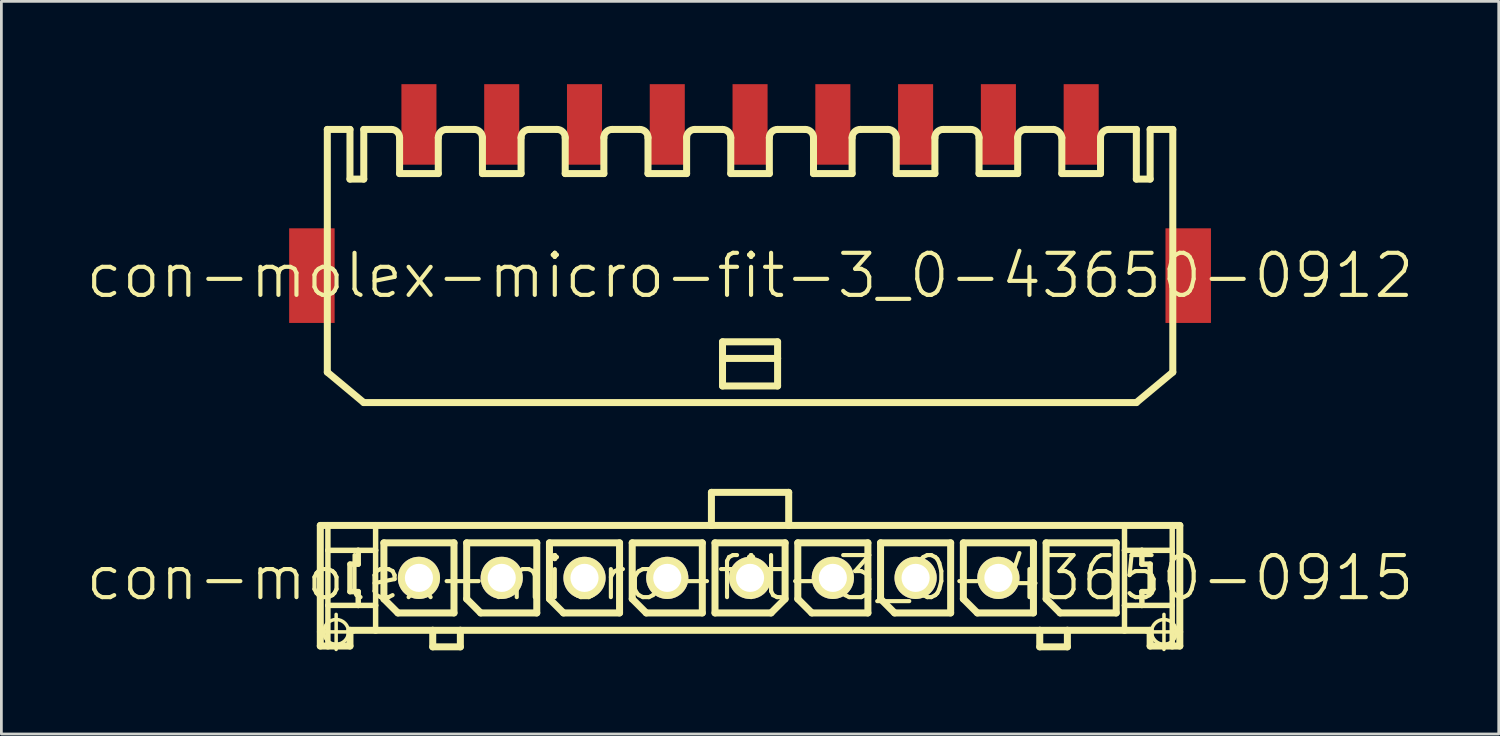
<source format=kicad_pcb>
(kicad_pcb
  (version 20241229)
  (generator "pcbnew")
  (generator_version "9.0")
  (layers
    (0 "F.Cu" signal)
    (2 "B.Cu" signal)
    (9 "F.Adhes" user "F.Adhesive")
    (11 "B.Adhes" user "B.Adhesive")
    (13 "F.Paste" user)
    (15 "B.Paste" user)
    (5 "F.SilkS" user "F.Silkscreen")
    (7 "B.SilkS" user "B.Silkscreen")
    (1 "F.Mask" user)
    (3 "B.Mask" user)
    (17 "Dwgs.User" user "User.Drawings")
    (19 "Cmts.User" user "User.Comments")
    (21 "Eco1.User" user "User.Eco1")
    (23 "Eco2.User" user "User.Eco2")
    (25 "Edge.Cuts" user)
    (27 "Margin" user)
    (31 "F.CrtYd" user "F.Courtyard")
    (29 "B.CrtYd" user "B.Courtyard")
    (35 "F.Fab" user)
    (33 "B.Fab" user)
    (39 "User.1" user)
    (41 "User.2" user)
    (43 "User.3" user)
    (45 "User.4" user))
  (footprint "con-molex-micro-fit-3_0-43650-0912"
    (layer "F.Cu")
    (at 24.13 6.938)
    (property "Reference" "con-molex-micro-fit-3_0-43650-0912" (at 0 0 0) (layer "F.SilkS") (effects (font (size 1.524 1.524) (thickness 0.15))))
    (attr smd)
    (fp_line (start -15.319 -5.298) (end -14.498 -5.298) (stroke (width 0.254) (type solid)) (layer "F.SilkS"))
    (fp_line (start -15.319 3.498) (end -15.319 -5.298) (stroke (width 0.254) (type solid)) (layer "F.SilkS"))
    (fp_line (start -15.319 3.498) (end -13.998 4.6) (stroke (width 0.254) (type solid)) (layer "F.SilkS"))
    (fp_line (start -14.498 -5.298) (end -14.498 -3.498) (stroke (width 0.254) (type solid)) (layer "F.SilkS"))
    (fp_line (start -14.498 -3.498) (end -13.998 -3.498) (stroke (width 0.254) (type solid)) (layer "F.SilkS"))
    (fp_line (start -13.998 -5.298) (end -13 -5.298) (stroke (width 0.254) (type solid)) (layer "F.SilkS"))
    (fp_line (start -13.998 -3.498) (end -13.998 -5.298) (stroke (width 0.254) (type solid)) (layer "F.SilkS"))
    (fp_line (start -12.7 -3.698) (end -12.7 -4.999) (stroke (width 0.254) (type solid)) (layer "F.SilkS"))
    (fp_line (start -12.7 -3.698) (end -11.298 -3.698) (stroke (width 0.254) (type solid)) (layer "F.SilkS"))
    (fp_line (start -11.298 -3.698) (end -11.298 -4.999) (stroke (width 0.254) (type solid)) (layer "F.SilkS"))
    (fp_line (start -10.998 -5.298) (end -10 -5.298) (stroke (width 0.254) (type solid)) (layer "F.SilkS"))
    (fp_line (start -9.698 -3.698) (end -9.698 -4.999) (stroke (width 0.254) (type solid)) (layer "F.SilkS"))
    (fp_line (start -9.698 -3.698) (end -8.298 -3.698) (stroke (width 0.254) (type solid)) (layer "F.SilkS"))
    (fp_line (start -8.298 -3.698) (end -8.298 -4.999) (stroke (width 0.254) (type solid)) (layer "F.SilkS"))
    (fp_line (start -7.998 -5.298) (end -6.998 -5.298) (stroke (width 0.254) (type solid)) (layer "F.SilkS"))
    (fp_line (start -6.698 -3.698) (end -6.698 -4.999) (stroke (width 0.254) (type solid)) (layer "F.SilkS"))
    (fp_line (start -6.698 -3.698) (end -5.298 -3.698) (stroke (width 0.254) (type solid)) (layer "F.SilkS"))
    (fp_line (start -5.298 -3.698) (end -5.298 -4.999) (stroke (width 0.254) (type solid)) (layer "F.SilkS"))
    (fp_line (start -4.999 -5.298) (end -3.998 -5.298) (stroke (width 0.254) (type solid)) (layer "F.SilkS"))
    (fp_line (start -3.698 -3.698) (end -3.698 -4.999) (stroke (width 0.254) (type solid)) (layer "F.SilkS"))
    (fp_line (start -3.698 -3.698) (end -2.299 -3.698) (stroke (width 0.254) (type solid)) (layer "F.SilkS"))
    (fp_line (start -2.299 -3.698) (end -2.299 -4.999) (stroke (width 0.254) (type solid)) (layer "F.SilkS"))
    (fp_line (start -1.999 -5.298) (end -0.998 -5.298) (stroke (width 0.254) (type solid)) (layer "F.SilkS"))
    (fp_line (start -0.998 2.398) (end 0.998 2.398) (stroke (width 0.254) (type solid)) (layer "F.SilkS"))
    (fp_line (start -0.998 3) (end -0.998 2.398) (stroke (width 0.254) (type solid)) (layer "F.SilkS"))
    (fp_line (start -0.998 3) (end 0.998 3) (stroke (width 0.254) (type solid)) (layer "F.SilkS"))
    (fp_line (start -0.998 3.998) (end -0.998 3) (stroke (width 0.254) (type solid)) (layer "F.SilkS"))
    (fp_line (start -0.699 -3.698) (end -0.699 -4.999) (stroke (width 0.254) (type solid)) (layer "F.SilkS"))
    (fp_line (start -0.699 -3.698) (end 0.699 -3.698) (stroke (width 0.254) (type solid)) (layer "F.SilkS"))
    (fp_line (start 0.699 -3.698) (end 0.699 -4.999) (stroke (width 0.254) (type solid)) (layer "F.SilkS"))
    (fp_line (start 0.998 -5.298) (end 1.999 -5.298) (stroke (width 0.254) (type solid)) (layer "F.SilkS"))
    (fp_line (start 0.998 2.398) (end 0.998 3) (stroke (width 0.254) (type solid)) (layer "F.SilkS"))
    (fp_line (start 0.998 3) (end 0.998 3.998) (stroke (width 0.254) (type solid)) (layer "F.SilkS"))
    (fp_line (start 0.998 3.998) (end -0.998 3.998) (stroke (width 0.254) (type solid)) (layer "F.SilkS"))
    (fp_line (start 2.299 -3.698) (end 2.299 -4.999) (stroke (width 0.254) (type solid)) (layer "F.SilkS"))
    (fp_line (start 2.299 -3.698) (end 3.698 -3.698) (stroke (width 0.254) (type solid)) (layer "F.SilkS"))
    (fp_line (start 3.698 -3.698) (end 3.698 -4.999) (stroke (width 0.254) (type solid)) (layer "F.SilkS"))
    (fp_line (start 3.998 -5.298) (end 4.999 -5.298) (stroke (width 0.254) (type solid)) (layer "F.SilkS"))
    (fp_line (start 5.298 -3.698) (end 5.298 -4.999) (stroke (width 0.254) (type solid)) (layer "F.SilkS"))
    (fp_line (start 5.298 -3.698) (end 6.698 -3.698) (stroke (width 0.254) (type solid)) (layer "F.SilkS"))
    (fp_line (start 6.698 -3.698) (end 6.698 -4.999) (stroke (width 0.254) (type solid)) (layer "F.SilkS"))
    (fp_line (start 6.998 -5.298) (end 7.998 -5.298) (stroke (width 0.254) (type solid)) (layer "F.SilkS"))
    (fp_line (start 8.298 -3.698) (end 8.298 -4.999) (stroke (width 0.254) (type solid)) (layer "F.SilkS"))
    (fp_line (start 8.298 -3.698) (end 9.698 -3.698) (stroke (width 0.254) (type solid)) (layer "F.SilkS"))
    (fp_line (start 9.698 -3.698) (end 9.698 -4.999) (stroke (width 0.254) (type solid)) (layer "F.SilkS"))
    (fp_line (start 10 -5.298) (end 10.998 -5.298) (stroke (width 0.254) (type solid)) (layer "F.SilkS"))
    (fp_line (start 11.298 -4.999) (end 11.298 -3.698) (stroke (width 0.254) (type solid)) (layer "F.SilkS"))
    (fp_line (start 11.298 -3.698) (end 12.7 -3.698) (stroke (width 0.254) (type solid)) (layer "F.SilkS"))
    (fp_line (start 12.7 -3.698) (end 12.7 -4.999) (stroke (width 0.254) (type solid)) (layer "F.SilkS"))
    (fp_line (start 13 -5.298) (end 13.998 -5.298) (stroke (width 0.254) (type solid)) (layer "F.SilkS"))
    (fp_line (start 13.998 -3.498) (end 13.998 -5.298) (stroke (width 0.254) (type solid)) (layer "F.SilkS"))
    (fp_line (start 13.998 4.6) (end -13.998 4.6) (stroke (width 0.254) (type solid)) (layer "F.SilkS"))
    (fp_line (start 14.498 -5.298) (end 14.498 -3.498) (stroke (width 0.254) (type solid)) (layer "F.SilkS"))
    (fp_line (start 14.498 -5.298) (end 15.319 -5.298) (stroke (width 0.254) (type solid)) (layer "F.SilkS"))
    (fp_line (start 14.498 -3.498) (end 13.998 -3.498) (stroke (width 0.254) (type solid)) (layer "F.SilkS"))
    (fp_line (start 15.319 -5.298) (end 15.319 3.498) (stroke (width 0.254) (type solid)) (layer "F.SilkS"))
    (fp_line (start 15.319 3.498) (end 13.998 4.6) (stroke (width 0.254) (type solid)) (layer "F.SilkS"))
    (fp_arc (start -12.99972 -5.29844) (mid -12.787786 -5.210654) (end -12.7 -4.99872) (stroke (width 0.254) (type solid)) (layer "F.SilkS"))
    (fp_arc (start -11.29792 -4.99872) (mid -11.210134 -5.210654) (end -10.9982 -5.29844) (stroke (width 0.254) (type solid)) (layer "F.SilkS"))
    (fp_arc (start -9.99998 -5.29844) (mid -9.788046 -5.210654) (end -9.70026 -4.99872) (stroke (width 0.254) (type solid)) (layer "F.SilkS"))
    (fp_arc (start -8.29818 -4.99872) (mid -8.210394 -5.210654) (end -7.99846 -5.29844) (stroke (width 0.254) (type solid)) (layer "F.SilkS"))
    (fp_arc (start -6.9977 -5.29844) (mid -6.785766 -5.210654) (end -6.69798 -4.99872) (stroke (width 0.254) (type solid)) (layer "F.SilkS"))
    (fp_arc (start -5.29844 -4.99872) (mid -5.210654 -5.210654) (end -4.99872 -5.29844) (stroke (width 0.254) (type solid)) (layer "F.SilkS"))
    (fp_arc (start -3.99796 -5.29844) (mid -3.786026 -5.210654) (end -3.69824 -4.99872) (stroke (width 0.254) (type solid)) (layer "F.SilkS"))
    (fp_arc (start -2.2987 -4.99872) (mid -2.210914 -5.210654) (end -1.99898 -5.29844) (stroke (width 0.254) (type solid)) (layer "F.SilkS"))
    (fp_arc (start -0.99822 -5.29844) (mid -0.786286 -5.210654) (end -0.6985 -4.99872) (stroke (width 0.254) (type solid)) (layer "F.SilkS"))
    (fp_arc (start 0.6985 -4.99872) (mid 0.786286 -5.210654) (end 0.99822 -5.29844) (stroke (width 0.254) (type solid)) (layer "F.SilkS"))
    (fp_arc (start 1.99898 -5.29844) (mid 2.210914 -5.210654) (end 2.2987 -4.99872) (stroke (width 0.254) (type solid)) (layer "F.SilkS"))
    (fp_arc (start 3.69824 -4.99872) (mid 3.786026 -5.210654) (end 3.99796 -5.29844) (stroke (width 0.254) (type solid)) (layer "F.SilkS"))
    (fp_arc (start 4.99872 -5.29844) (mid 5.210654 -5.210654) (end 5.29844 -4.99872) (stroke (width 0.254) (type solid)) (layer "F.SilkS"))
    (fp_arc (start 6.69798 -4.99872) (mid 6.785766 -5.210654) (end 6.9977 -5.29844) (stroke (width 0.254) (type solid)) (layer "F.SilkS"))
    (fp_arc (start 7.99846 -5.29844) (mid 8.210394 -5.210654) (end 8.29818 -4.99872) (stroke (width 0.254) (type solid)) (layer "F.SilkS"))
    (fp_arc (start 9.69772 -4.99872) (mid 9.78625 -5.21245) (end 9.99998 -5.30098) (stroke (width 0.254) (type solid)) (layer "F.SilkS"))
    (fp_arc (start 10.9982 -5.29844) (mid 11.198773 -5.199466) (end 11.299916 -4.999979) (stroke (width 0.254) (type solid)) (layer "F.SilkS"))
    (fp_arc (start 12.7 -4.99872) (mid 12.787786 -5.210654) (end 12.99972 -5.29844) (stroke (width 0.254) (type solid)) (layer "F.SilkS"))
    (pad "P$1" smd rect (at 11.999 -5.479) (size 1.27 2.918) (layers "F.Cu" "F.Mask" "F.Paste"))
    (pad "P$2" smd rect (at 8.999 -5.479) (size 1.27 2.918) (layers "F.Cu" "F.Mask" "F.Paste"))
    (pad "P$3" smd rect (at 5.999 -5.479) (size 1.27 2.918) (layers "F.Cu" "F.Mask" "F.Paste"))
    (pad "P$4" smd rect (at 3 -5.479) (size 1.27 2.918) (layers "F.Cu" "F.Mask" "F.Paste"))
    (pad "P$5" smd rect (at 0 -5.479) (size 1.27 2.918) (layers "F.Cu" "F.Mask" "F.Paste"))
    (pad "P$6" smd rect (at -3 -5.479) (size 1.27 2.918) (layers "F.Cu" "F.Mask" "F.Paste"))
    (pad "P$7" smd rect (at -5.999 -5.479) (size 1.27 2.918) (layers "F.Cu" "F.Mask" "F.Paste"))
    (pad "P$8" smd rect (at -8.999 -5.479) (size 1.27 2.918) (layers "F.Cu" "F.Mask" "F.Paste"))
    (pad "P$9" smd rect (at -11.999 -5.479) (size 1.27 2.918) (layers "F.Cu" "F.Mask" "F.Paste"))
    (pad "TAB1" smd rect (at 15.878 0) (size 1.648 3.429) (layers "F.Cu" "F.Mask" "F.Paste"))
    (pad "TAB2" smd rect (at -15.878 0) (size 1.648 3.429) (layers "F.Cu" "F.Mask" "F.Paste")))
  (footprint "con-molex-micro-fit-3_0-43650-0915"
    (layer "F.Cu")
    (at 24.13 17.891)
    (property "Reference" "con-molex-micro-fit-3_0-43650-0915" (at 0 0 0) (layer "F.SilkS") (effects (font (size 1.524 1.524) (thickness 0.15))))
    (attr exclude_from_pos_files exclude_from_bom)
    (fp_line (start -15.634 1.958) (end -14.364 1.958) (stroke (width 0.127) (type solid)) (layer "F.SilkS"))
    (fp_line (start -15.573 -1.9) (end -15.298 -1.9) (stroke (width 0.254) (type solid)) (layer "F.SilkS"))
    (fp_line (start -15.573 2.469) (end -15.573 -1.9) (stroke (width 0.254) (type solid)) (layer "F.SilkS"))
    (fp_line (start -15.298 -1.9) (end -13.569 -1.9) (stroke (width 0.254) (type solid)) (layer "F.SilkS"))
    (fp_line (start -15.298 -0.998) (end -15.298 -1.9) (stroke (width 0.198) (type solid)) (layer "F.SilkS"))
    (fp_line (start -15.298 0.998) (end -15.298 -0.998) (stroke (width 0.198) (type solid)) (layer "F.SilkS"))
    (fp_line (start -15.298 2.469) (end -15.573 2.469) (stroke (width 0.254) (type solid)) (layer "F.SilkS"))
    (fp_line (start -15.298 2.469) (end -15.298 0.998) (stroke (width 0.198) (type solid)) (layer "F.SilkS"))
    (fp_line (start -14.999 2.593) (end -14.999 1.323) (stroke (width 0.127) (type solid)) (layer "F.SilkS"))
    (fp_line (start -14.498 -0.498) (end -14.498 0.498) (stroke (width 0.198) (type solid)) (layer "F.SilkS"))
    (fp_line (start -14.498 0.498) (end -14.199 0.498) (stroke (width 0.198) (type solid)) (layer "F.SilkS"))
    (fp_line (start -14.498 1.9) (end -14.498 2.469) (stroke (width 0.254) (type solid)) (layer "F.SilkS"))
    (fp_line (start -14.498 2.469) (end -15.298 2.469) (stroke (width 0.254) (type solid)) (layer "F.SilkS"))
    (fp_line (start -14.199 -0.998) (end -15.298 -0.998) (stroke (width 0.198) (type solid)) (layer "F.SilkS"))
    (fp_line (start -14.199 -0.998) (end -14.199 -0.498) (stroke (width 0.198) (type solid)) (layer "F.SilkS"))
    (fp_line (start -14.199 -0.498) (end -14.498 -0.498) (stroke (width 0.198) (type solid)) (layer "F.SilkS"))
    (fp_line (start -14.199 0.498) (end -14.199 0.998) (stroke (width 0.198) (type solid)) (layer "F.SilkS"))
    (fp_line (start -14.199 0.998) (end -15.298 0.998) (stroke (width 0.198) (type solid)) (layer "F.SilkS"))
    (fp_line (start -13.569 -1.9) (end -1.4 -1.9) (stroke (width 0.254) (type solid)) (layer "F.SilkS"))
    (fp_line (start -13.569 -0.998) (end -14.199 -0.998) (stroke (width 0.198) (type solid)) (layer "F.SilkS"))
    (fp_line (start -13.569 -0.998) (end -13.569 -1.9) (stroke (width 0.198) (type solid)) (layer "F.SilkS"))
    (fp_line (start -13.569 0.998) (end -14.199 0.998) (stroke (width 0.198) (type solid)) (layer "F.SilkS"))
    (fp_line (start -13.569 0.998) (end -13.569 -0.998) (stroke (width 0.198) (type solid)) (layer "F.SilkS"))
    (fp_line (start -13.569 1.9) (end -14.498 1.9) (stroke (width 0.254) (type solid)) (layer "F.SilkS"))
    (fp_line (start -13.569 1.9) (end -13.569 0.998) (stroke (width 0.198) (type solid)) (layer "F.SilkS"))
    (fp_line (start -13.269 -1.27) (end -10.729 -1.27) (stroke (width 0.254) (type solid)) (layer "F.SilkS"))
    (fp_line (start -13.269 0.762) (end -13.269 -1.27) (stroke (width 0.254) (type solid)) (layer "F.SilkS"))
    (fp_line (start -12.761 1.27) (end -13.269 0.762) (stroke (width 0.254) (type solid)) (layer "F.SilkS"))
    (fp_line (start -11.499 1.9) (end -13.569 1.9) (stroke (width 0.254) (type solid)) (layer "F.SilkS"))
    (fp_line (start -11.499 1.9) (end -11.499 2.499) (stroke (width 0.254) (type solid)) (layer "F.SilkS"))
    (fp_line (start -11.499 2.499) (end -10.498 2.499) (stroke (width 0.254) (type solid)) (layer "F.SilkS"))
    (fp_line (start -10.729 -1.27) (end -10.729 1.27) (stroke (width 0.254) (type solid)) (layer "F.SilkS"))
    (fp_line (start -10.729 1.27) (end -12.761 1.27) (stroke (width 0.254) (type solid)) (layer "F.SilkS"))
    (fp_line (start -10.498 1.9) (end -11.499 1.9) (stroke (width 0.254) (type solid)) (layer "F.SilkS"))
    (fp_line (start -10.498 2.499) (end -10.498 1.9) (stroke (width 0.254) (type solid)) (layer "F.SilkS"))
    (fp_line (start -10.269 -1.27) (end -7.729 -1.27) (stroke (width 0.254) (type solid)) (layer "F.SilkS"))
    (fp_line (start -10.269 0.762) (end -10.269 -1.27) (stroke (width 0.254) (type solid)) (layer "F.SilkS"))
    (fp_line (start -9.761 1.27) (end -10.269 0.762) (stroke (width 0.254) (type solid)) (layer "F.SilkS"))
    (fp_line (start -7.729 -1.27) (end -7.729 1.27) (stroke (width 0.254) (type solid)) (layer "F.SilkS"))
    (fp_line (start -7.729 1.27) (end -9.761 1.27) (stroke (width 0.254) (type solid)) (layer "F.SilkS"))
    (fp_line (start -7.269 -1.27) (end -4.729 -1.27) (stroke (width 0.254) (type solid)) (layer "F.SilkS"))
    (fp_line (start -7.269 0.762) (end -7.269 -1.27) (stroke (width 0.254) (type solid)) (layer "F.SilkS"))
    (fp_line (start -6.761 1.27) (end -7.269 0.762) (stroke (width 0.254) (type solid)) (layer "F.SilkS"))
    (fp_line (start -4.729 -1.27) (end -4.729 1.27) (stroke (width 0.254) (type solid)) (layer "F.SilkS"))
    (fp_line (start -4.729 1.27) (end -6.761 1.27) (stroke (width 0.254) (type solid)) (layer "F.SilkS"))
    (fp_line (start -4.27 -1.27) (end -1.73 -1.27) (stroke (width 0.254) (type solid)) (layer "F.SilkS"))
    (fp_line (start -4.27 0.762) (end -4.27 -1.27) (stroke (width 0.254) (type solid)) (layer "F.SilkS"))
    (fp_line (start -3.762 1.27) (end -4.27 0.762) (stroke (width 0.254) (type solid)) (layer "F.SilkS"))
    (fp_line (start -1.73 -1.27) (end -1.73 1.27) (stroke (width 0.254) (type solid)) (layer "F.SilkS"))
    (fp_line (start -1.73 1.27) (end -3.762 1.27) (stroke (width 0.254) (type solid)) (layer "F.SilkS"))
    (fp_line (start -1.4 -3.099) (end -1.4 -1.9) (stroke (width 0.254) (type solid)) (layer "F.SilkS"))
    (fp_line (start -1.4 -3.099) (end 1.4 -3.099) (stroke (width 0.254) (type solid)) (layer "F.SilkS"))
    (fp_line (start -1.4 -1.9) (end 1.4 -1.9) (stroke (width 0.254) (type solid)) (layer "F.SilkS"))
    (fp_line (start -1.27 -1.27) (end 1.27 -1.27) (stroke (width 0.254) (type solid)) (layer "F.SilkS"))
    (fp_line (start -1.27 1.27) (end -1.27 -1.27) (stroke (width 0.254) (type solid)) (layer "F.SilkS"))
    (fp_line (start 0.762 1.27) (end -1.27 1.27) (stroke (width 0.254) (type solid)) (layer "F.SilkS"))
    (fp_line (start 1.27 -1.27) (end 1.27 0.762) (stroke (width 0.254) (type solid)) (layer "F.SilkS"))
    (fp_line (start 1.27 0.762) (end 0.762 1.27) (stroke (width 0.254) (type solid)) (layer "F.SilkS"))
    (fp_line (start 1.4 -3.099) (end 1.4 -1.9) (stroke (width 0.254) (type solid)) (layer "F.SilkS"))
    (fp_line (start 1.4 -1.9) (end 13.569 -1.9) (stroke (width 0.254) (type solid)) (layer "F.SilkS"))
    (fp_line (start 1.73 -1.27) (end 4.27 -1.27) (stroke (width 0.254) (type solid)) (layer "F.SilkS"))
    (fp_line (start 1.73 0.762) (end 1.73 -1.27) (stroke (width 0.254) (type solid)) (layer "F.SilkS"))
    (fp_line (start 2.238 1.27) (end 1.73 0.762) (stroke (width 0.254) (type solid)) (layer "F.SilkS"))
    (fp_line (start 4.27 -1.27) (end 4.27 1.27) (stroke (width 0.254) (type solid)) (layer "F.SilkS"))
    (fp_line (start 4.27 1.27) (end 2.238 1.27) (stroke (width 0.254) (type solid)) (layer "F.SilkS"))
    (fp_line (start 4.729 -1.27) (end 7.269 -1.27) (stroke (width 0.254) (type solid)) (layer "F.SilkS"))
    (fp_line (start 4.729 0.762) (end 4.729 -1.27) (stroke (width 0.254) (type solid)) (layer "F.SilkS"))
    (fp_line (start 5.237 1.27) (end 4.729 0.762) (stroke (width 0.254) (type solid)) (layer "F.SilkS"))
    (fp_line (start 7.269 -1.27) (end 7.269 1.27) (stroke (width 0.254) (type solid)) (layer "F.SilkS"))
    (fp_line (start 7.269 1.27) (end 5.237 1.27) (stroke (width 0.254) (type solid)) (layer "F.SilkS"))
    (fp_line (start 7.729 -1.27) (end 10.269 -1.27) (stroke (width 0.254) (type solid)) (layer "F.SilkS"))
    (fp_line (start 7.729 0.762) (end 7.729 -1.27) (stroke (width 0.254) (type solid)) (layer "F.SilkS"))
    (fp_line (start 8.237 1.27) (end 7.729 0.762) (stroke (width 0.254) (type solid)) (layer "F.SilkS"))
    (fp_line (start 10.269 -1.27) (end 10.269 1.27) (stroke (width 0.254) (type solid)) (layer "F.SilkS"))
    (fp_line (start 10.269 1.27) (end 8.237 1.27) (stroke (width 0.254) (type solid)) (layer "F.SilkS"))
    (fp_line (start 10.498 1.9) (end -10.498 1.9) (stroke (width 0.254) (type solid)) (layer "F.SilkS"))
    (fp_line (start 10.498 1.9) (end 10.498 2.499) (stroke (width 0.254) (type solid)) (layer "F.SilkS"))
    (fp_line (start 10.498 2.499) (end 11.499 2.499) (stroke (width 0.254) (type solid)) (layer "F.SilkS"))
    (fp_line (start 10.729 -1.27) (end 13.269 -1.27) (stroke (width 0.254) (type solid)) (layer "F.SilkS"))
    (fp_line (start 10.729 0.762) (end 10.729 -1.27) (stroke (width 0.254) (type solid)) (layer "F.SilkS"))
    (fp_line (start 11.237 1.27) (end 10.729 0.762) (stroke (width 0.254) (type solid)) (layer "F.SilkS"))
    (fp_line (start 11.499 1.9) (end 10.498 1.9) (stroke (width 0.254) (type solid)) (layer "F.SilkS"))
    (fp_line (start 11.499 2.499) (end 11.499 1.9) (stroke (width 0.254) (type solid)) (layer "F.SilkS"))
    (fp_line (start 13.269 -1.27) (end 13.269 1.27) (stroke (width 0.254) (type solid)) (layer "F.SilkS"))
    (fp_line (start 13.269 1.27) (end 11.237 1.27) (stroke (width 0.254) (type solid)) (layer "F.SilkS"))
    (fp_line (start 13.569 -1.9) (end 13.569 -0.998) (stroke (width 0.198) (type solid)) (layer "F.SilkS"))
    (fp_line (start 13.569 -1.9) (end 15.298 -1.9) (stroke (width 0.254) (type solid)) (layer "F.SilkS"))
    (fp_line (start 13.569 -0.998) (end 13.569 0.998) (stroke (width 0.198) (type solid)) (layer "F.SilkS"))
    (fp_line (start 13.569 -0.998) (end 14.199 -0.998) (stroke (width 0.198) (type solid)) (layer "F.SilkS"))
    (fp_line (start 13.569 0.998) (end 13.569 1.9) (stroke (width 0.198) (type solid)) (layer "F.SilkS"))
    (fp_line (start 13.569 0.998) (end 14.199 0.998) (stroke (width 0.198) (type solid)) (layer "F.SilkS"))
    (fp_line (start 13.569 1.9) (end 11.499 1.9) (stroke (width 0.254) (type solid)) (layer "F.SilkS"))
    (fp_line (start 14.199 -0.998) (end 14.199 -0.498) (stroke (width 0.198) (type solid)) (layer "F.SilkS"))
    (fp_line (start 14.199 -0.998) (end 15.298 -0.998) (stroke (width 0.198) (type solid)) (layer "F.SilkS"))
    (fp_line (start 14.199 -0.498) (end 14.498 -0.498) (stroke (width 0.198) (type solid)) (layer "F.SilkS"))
    (fp_line (start 14.199 0.498) (end 14.199 0.998) (stroke (width 0.198) (type solid)) (layer "F.SilkS"))
    (fp_line (start 14.199 0.998) (end 15.298 0.998) (stroke (width 0.198) (type solid)) (layer "F.SilkS"))
    (fp_line (start 14.364 1.958) (end 15.634 1.958) (stroke (width 0.127) (type solid)) (layer "F.SilkS"))
    (fp_line (start 14.498 -0.498) (end 14.498 0.498) (stroke (width 0.198) (type solid)) (layer "F.SilkS"))
    (fp_line (start 14.498 0.498) (end 14.199 0.498) (stroke (width 0.198) (type solid)) (layer "F.SilkS"))
    (fp_line (start 14.498 1.9) (end 13.569 1.9) (stroke (width 0.254) (type solid)) (layer "F.SilkS"))
    (fp_line (start 14.498 2.469) (end 14.498 1.9) (stroke (width 0.254) (type solid)) (layer "F.SilkS"))
    (fp_line (start 14.498 2.469) (end 15.298 2.469) (stroke (width 0.254) (type solid)) (layer "F.SilkS"))
    (fp_line (start 14.999 2.593) (end 14.999 1.323) (stroke (width 0.127) (type solid)) (layer "F.SilkS"))
    (fp_line (start 15.298 -1.9) (end 15.573 -1.9) (stroke (width 0.254) (type solid)) (layer "F.SilkS"))
    (fp_line (start 15.298 -0.998) (end 15.298 -1.9) (stroke (width 0.198) (type solid)) (layer "F.SilkS"))
    (fp_line (start 15.298 0.998) (end 15.298 -0.998) (stroke (width 0.198) (type solid)) (layer "F.SilkS"))
    (fp_line (start 15.298 2.469) (end 15.298 0.998) (stroke (width 0.198) (type solid)) (layer "F.SilkS"))
    (fp_line (start 15.298 2.469) (end 15.573 2.469) (stroke (width 0.254) (type solid)) (layer "F.SilkS"))
    (fp_line (start 15.573 -1.9) (end 15.573 2.469) (stroke (width 0.254) (type solid)) (layer "F.SilkS"))
    (fp_circle (center -14.999 1.958) (end -15.316 2.276) (stroke (width 0.127) (type solid)) (fill no) (layer "F.SilkS"))
    (fp_circle (center 14.999 1.958) (end 15.316 2.276) (stroke (width 0.127) (type solid)) (fill no) (layer "F.SilkS"))
    (pad "P$1" thru_hole rect (at 11.999 0) (size 0.001 0.001) (drill 1.019) (layers "*.Cu" "F.Mask" "F.SilkS" "F.Paste"))
    (pad "P$2" thru_hole circle (at 8.999 0) (size 1.529 1.529) (drill 1.019) (layers "*.Cu" "F.Mask" "F.SilkS" "F.Paste"))
    (pad "P$3" thru_hole circle (at 5.999 0) (size 1.529 1.529) (drill 1.019) (layers "*.Cu" "F.Mask" "F.SilkS" "F.Paste"))
    (pad "P$4" thru_hole circle (at 3 0) (size 1.529 1.529) (drill 1.019) (layers "*.Cu" "F.Mask" "F.SilkS" "F.Paste"))
    (pad "P$5" thru_hole circle (at 0 0) (size 1.529 1.529) (drill 1.019) (layers "*.Cu" "F.Mask" "F.SilkS" "F.Paste"))
    (pad "P$6" thru_hole circle (at -3 0) (size 1.529 1.529) (drill 1.019) (layers "*.Cu" "F.Mask" "F.SilkS" "F.Paste"))
    (pad "P$7" thru_hole circle (at -5.999 0) (size 1.529 1.529) (drill 1.019) (layers "*.Cu" "F.Mask" "F.SilkS" "F.Paste"))
    (pad "P$8" thru_hole circle (at -8.999 0) (size 1.529 1.529) (drill 1.019) (layers "*.Cu" "F.Mask" "F.SilkS" "F.Paste"))
    (pad "P$9" thru_hole circle (at -11.999 0) (size 1.529 1.529) (drill 1.019) (layers "*.Cu" "F.Mask" "F.SilkS" "F.Paste")))
  (gr_rect
    (start -3 -3)
    (end 51.26 23.548)
    (stroke (width 0.1) (type default))
    (fill no)
    (layer "Edge.Cuts")))
</source>
